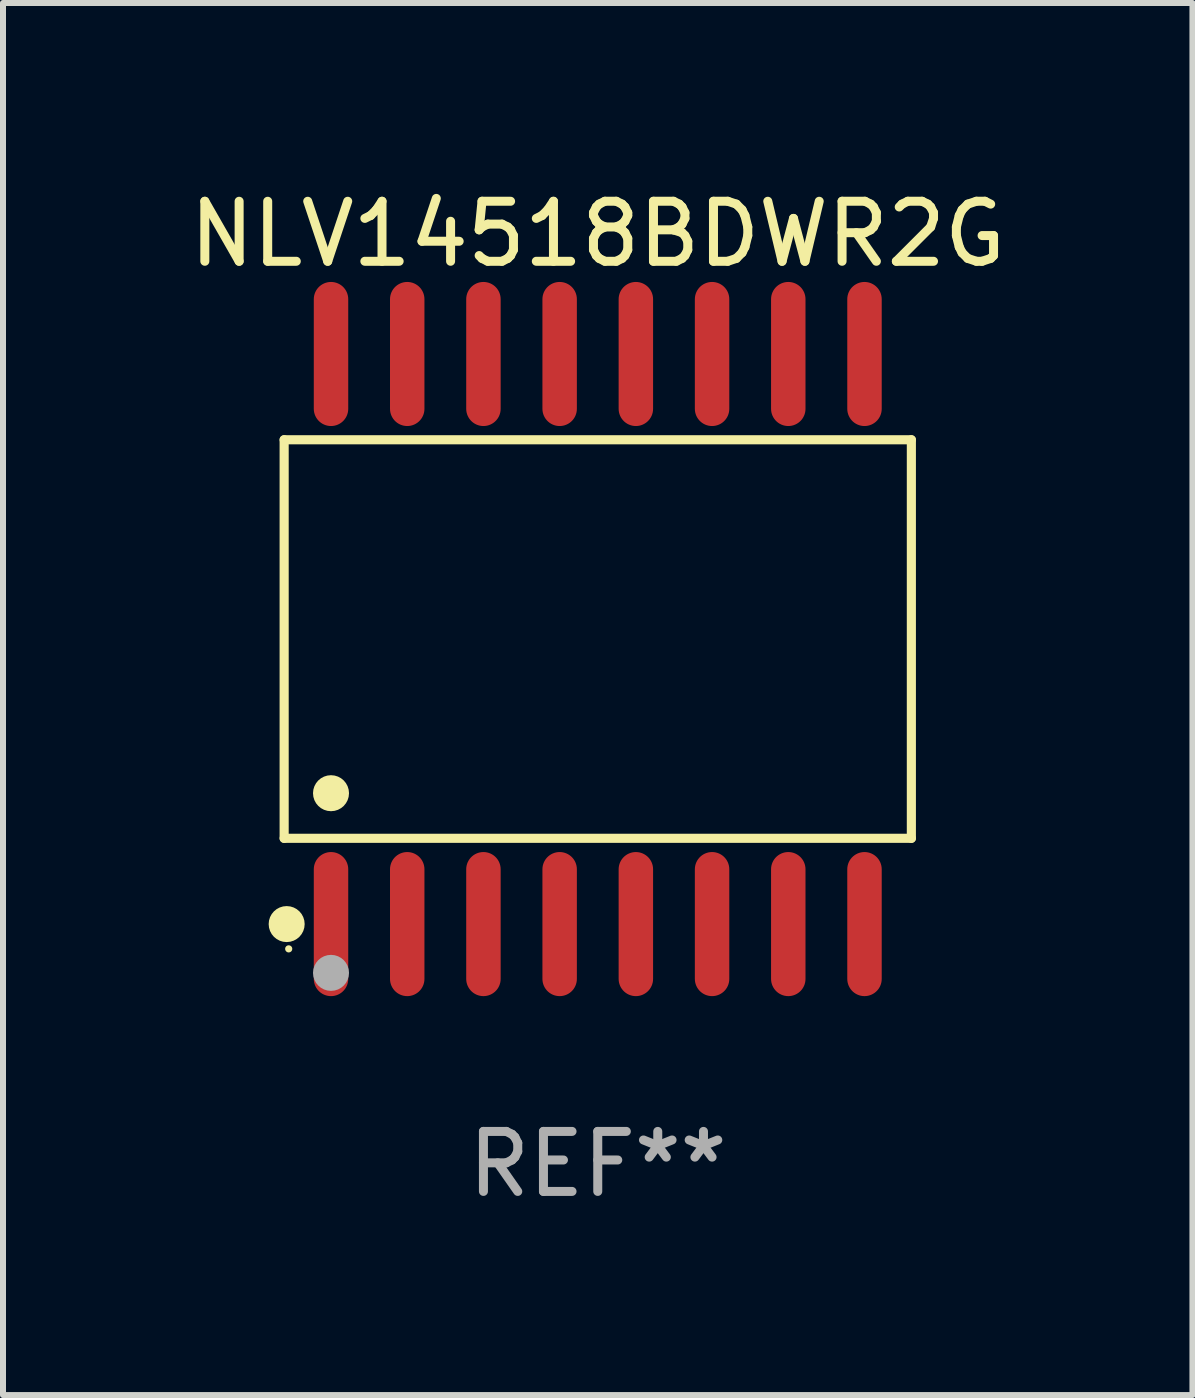
<source format=kicad_pcb>
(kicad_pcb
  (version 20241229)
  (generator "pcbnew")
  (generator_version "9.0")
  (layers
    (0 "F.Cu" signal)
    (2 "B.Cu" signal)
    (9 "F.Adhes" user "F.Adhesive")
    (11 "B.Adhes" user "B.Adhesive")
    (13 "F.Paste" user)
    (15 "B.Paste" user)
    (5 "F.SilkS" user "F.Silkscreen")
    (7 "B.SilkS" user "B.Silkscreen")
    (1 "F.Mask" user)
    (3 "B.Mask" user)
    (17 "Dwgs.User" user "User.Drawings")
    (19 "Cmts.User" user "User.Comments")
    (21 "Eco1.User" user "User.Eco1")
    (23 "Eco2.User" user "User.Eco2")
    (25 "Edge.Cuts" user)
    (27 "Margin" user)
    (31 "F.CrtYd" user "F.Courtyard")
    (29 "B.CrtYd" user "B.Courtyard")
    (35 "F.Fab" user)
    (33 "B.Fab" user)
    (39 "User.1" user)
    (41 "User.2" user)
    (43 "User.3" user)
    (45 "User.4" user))
  (footprint "NLV14518BDWR2G"
    (layer "F.Cu")
    (at 6.911 7.599)
    (property "Reference" "NLV14518BDWR2G" (at 0 -6.75 0) (layer "F.SilkS") (effects (font (size 1 1) (thickness 0.15))))
    (attr through_hole)
    (fp_line (start -5.226 -3.321) (end 5.226 -3.321) (stroke (width 0.152) (type solid)) (layer "F.SilkS"))
    (fp_line (start -5.226 3.321) (end -5.226 -3.321) (stroke (width 0.152) (type solid)) (layer "F.SilkS"))
    (fp_line (start 5.226 -3.321) (end 5.226 3.321) (stroke (width 0.152) (type solid)) (layer "F.SilkS"))
    (fp_line (start 5.226 3.321) (end -5.226 3.321) (stroke (width 0.152) (type solid)) (layer "F.SilkS"))
    (fp_circle (center -5.184 4.75) (end -5.034 4.75) (stroke (width 0.3) (type solid)) (fill no) (layer "F.SilkS"))
    (fp_circle (center -5.15 5.163) (end -5.12 5.163) (stroke (width 0.06) (type solid)) (fill no) (layer "F.SilkS"))
    (fp_circle (center -4.445 2.569) (end -4.295 2.569) (stroke (width 0.3) (type solid)) (fill no) (layer "F.SilkS"))
    (fp_circle (center -4.445 5.563) (end -4.295 5.563) (stroke (width 0.3) (type solid)) (fill no) (layer "F.Fab"))
    (fp_text user "REF**" (at 0 8.75 0) (layer "F.Fab") (effects (font (size 1 1) (thickness 0.15))))
    (pad "1" smd oval (at -4.445 4.75) (size 0.574 2.401) (layers "F.Cu" "F.Mask" "F.Paste"))
    (pad "2" smd oval (at -3.175 4.75) (size 0.574 2.401) (layers "F.Cu" "F.Mask" "F.Paste"))
    (pad "3" smd oval (at -1.905 4.75) (size 0.574 2.401) (layers "F.Cu" "F.Mask" "F.Paste"))
    (pad "4" smd oval (at -0.635 4.75) (size 0.574 2.401) (layers "F.Cu" "F.Mask" "F.Paste"))
    (pad "5" smd oval (at 0.635 4.75) (size 0.574 2.401) (layers "F.Cu" "F.Mask" "F.Paste"))
    (pad "6" smd oval (at 1.905 4.75) (size 0.574 2.401) (layers "F.Cu" "F.Mask" "F.Paste"))
    (pad "7" smd oval (at 3.175 4.75) (size 0.574 2.401) (layers "F.Cu" "F.Mask" "F.Paste"))
    (pad "8" smd oval (at 4.445 4.75) (size 0.574 2.401) (layers "F.Cu" "F.Mask" "F.Paste"))
    (pad "9" smd oval (at 4.445 -4.75) (size 0.574 2.401) (layers "F.Cu" "F.Mask" "F.Paste"))
    (pad "10" smd oval (at 3.175 -4.75) (size 0.574 2.401) (layers "F.Cu" "F.Mask" "F.Paste"))
    (pad "11" smd oval (at 1.905 -4.75) (size 0.574 2.401) (layers "F.Cu" "F.Mask" "F.Paste"))
    (pad "12" smd oval (at 0.635 -4.75) (size 0.574 2.401) (layers "F.Cu" "F.Mask" "F.Paste"))
    (pad "13" smd oval (at -0.635 -4.75) (size 0.574 2.401) (layers "F.Cu" "F.Mask" "F.Paste"))
    (pad "14" smd oval (at -1.905 -4.75) (size 0.574 2.401) (layers "F.Cu" "F.Mask" "F.Paste"))
    (pad "15" smd oval (at -3.175 -4.75) (size 0.574 2.401) (layers "F.Cu" "F.Mask" "F.Paste"))
    (pad "16" smd oval (at -4.445 -4.75) (size 0.574 2.401) (layers "F.Cu" "F.Mask" "F.Paste")))
  (gr_rect
    (start -3 -3)
    (end 16.821 20.197)
    (stroke (width 0.1) (type default))
    (fill no)
    (layer "Edge.Cuts")))
</source>
